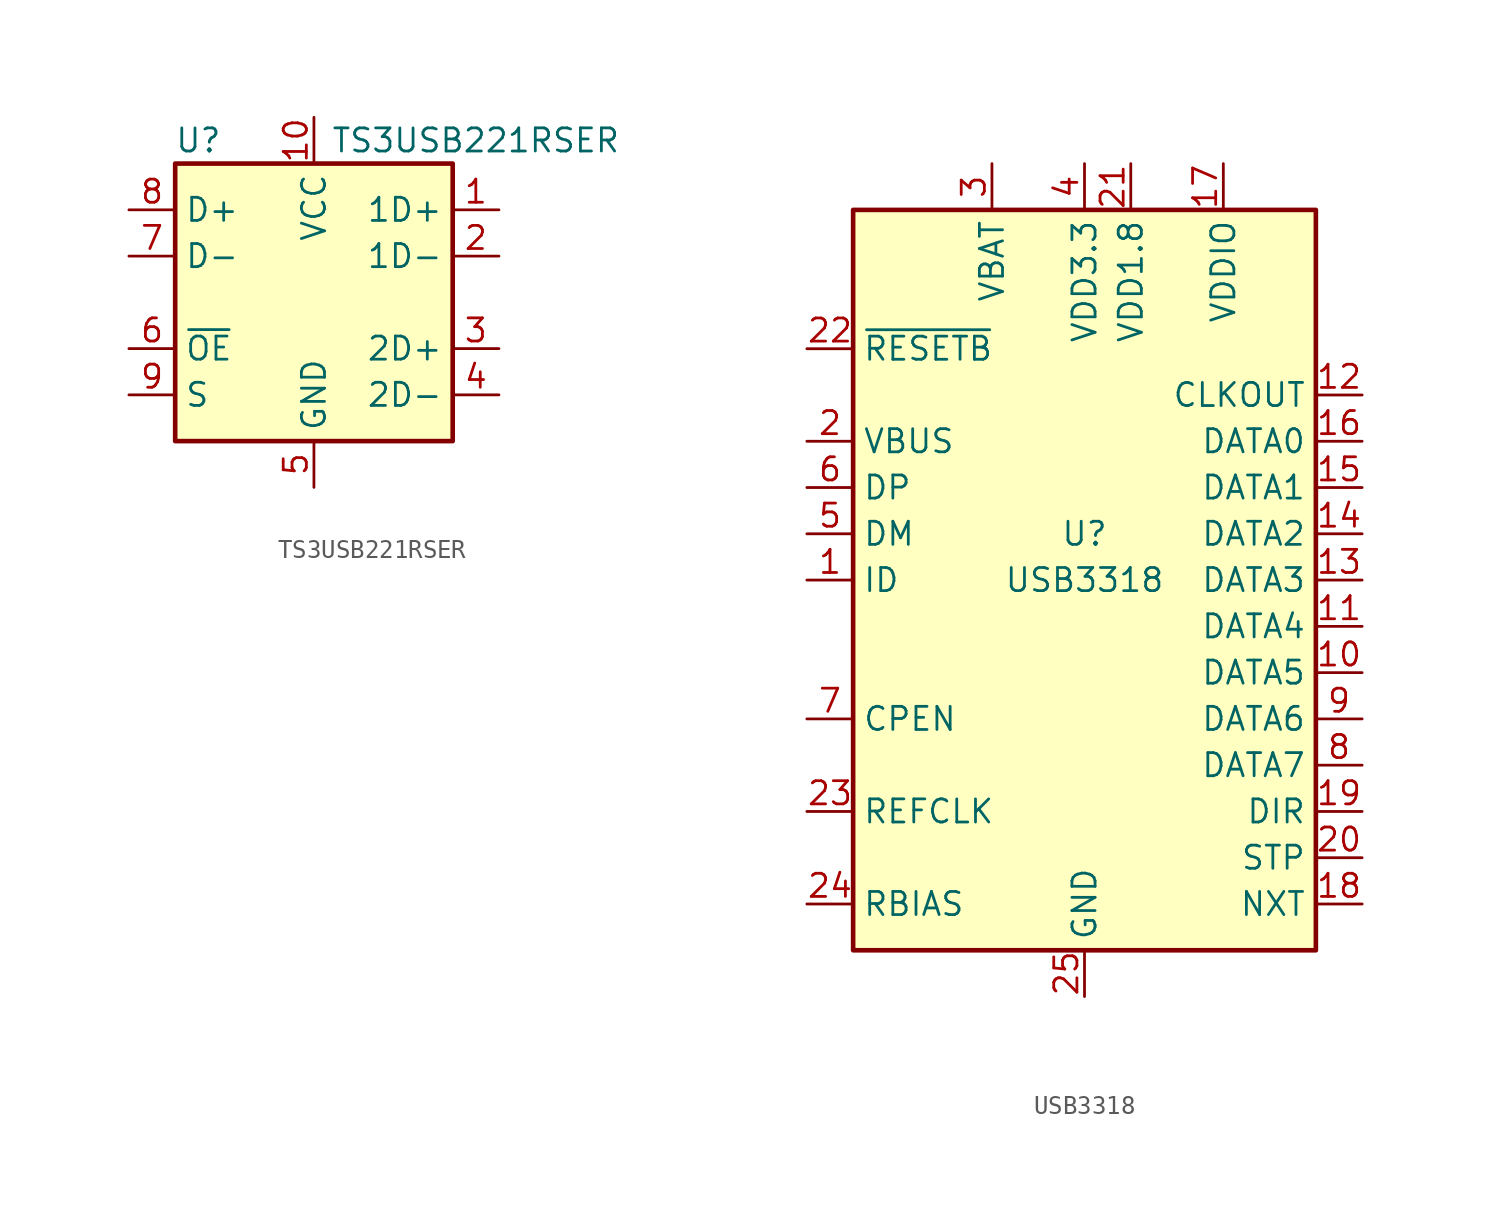
<source format=kicad_sym>
(kicad_symbol_lib
  (version 20211014)
  (generator kicad_symbol_editor)
  (symbol "TS3USB221RSER"
    (property "Reference" "U"
      (at -6.35 8.89 0)
      (effects (font (size 1.27 1.27))))
    (property "Value" "TS3USB221RSER"
      (at 8.89 8.89 0)
      (effects (font (size 1.27 1.27))))
    (symbol "TS3USB221RSER_0_1"
      (rectangle (start 7.62 7.62) (end -7.62 -7.62) (stroke (width 0.254) (type default) (color 0 0 0 0)) (fill (type background))))
    (symbol "TS3USB221RSER_1_1"
      (pin bidirectional line (at 10.16 5.08 180) (length 2.54) (name "1D+" (effects (font (size 1.27 1.27)))) (number "1" (effects (font (size 1.27 1.27)))))
      (pin power_in line (at 0 10.16 270) (length 2.54) (name "VCC" (effects (font (size 1.27 1.27)))) (number "10" (effects (font (size 1.27 1.27)))))
      (pin bidirectional line (at 10.16 2.54 180) (length 2.54) (name "1D-" (effects (font (size 1.27 1.27)))) (number "2" (effects (font (size 1.27 1.27)))))
      (pin bidirectional line (at 10.16 -2.54 180) (length 2.54) (name "2D+" (effects (font (size 1.27 1.27)))) (number "3" (effects (font (size 1.27 1.27)))))
      (pin bidirectional line (at 10.16 -5.08 180) (length 2.54) (name "2D-" (effects (font (size 1.27 1.27)))) (number "4" (effects (font (size 1.27 1.27)))))
      (pin power_in line (at 0 -10.16 90) (length 2.54) (name "GND" (effects (font (size 1.27 1.27)))) (number "5" (effects (font (size 1.27 1.27)))))
      (pin input line (at -10.16 -2.54 0) (length 2.54) (name "~{OE}" (effects (font (size 1.27 1.27)))) (number "6" (effects (font (size 1.27 1.27)))))
      (pin bidirectional line (at -10.16 2.54 0) (length 2.54) (name "D-" (effects (font (size 1.27 1.27)))) (number "7" (effects (font (size 1.27 1.27)))))
      (pin bidirectional line (at -10.16 5.08 0) (length 2.54) (name "D+" (effects (font (size 1.27 1.27)))) (number "8" (effects (font (size 1.27 1.27)))))
      (pin input line (at -10.16 -5.08 0) (length 2.54) (name "S" (effects (font (size 1.27 1.27)))) (number "9" (effects (font (size 1.27 1.27)))))))
  (symbol "USB3318"
    (property "Reference" "U"
      (at 0 2.54 0)
      (effects (font (size 1.27 1.27))))
    (property "Value" "USB3318"
      (at 0 0 0)
      (effects (font (size 1.27 1.27))))
    (symbol "USB3318_0_1"
      (rectangle (start -12.7 20.32) (end 12.7 -20.32) (stroke (width 0.254) (type default) (color 0 0 0 0)) (fill (type background))))
    (symbol "USB3318_1_1"
      (pin input line (at -15.24 0 0) (length 2.54) (name "ID" (effects (font (size 1.27 1.27)))) (number "1" (effects (font (size 1.27 1.27)))))
      (pin bidirectional line (at 15.24 -5.08 180) (length 2.54) (name "DATA5" (effects (font (size 1.27 1.27)))) (number "10" (effects (font (size 1.27 1.27)))))
      (pin bidirectional line (at 15.24 -2.54 180) (length 2.54) (name "DATA4" (effects (font (size 1.27 1.27)))) (number "11" (effects (font (size 1.27 1.27)))))
      (pin output line (at 15.24 10.16 180) (length 2.54) (name "CLKOUT" (effects (font (size 1.27 1.27)))) (number "12" (effects (font (size 1.27 1.27)))))
      (pin bidirectional line (at 15.24 0 180) (length 2.54) (name "DATA3" (effects (font (size 1.27 1.27)))) (number "13" (effects (font (size 1.27 1.27)))))
      (pin bidirectional line (at 15.24 2.54 180) (length 2.54) (name "DATA2" (effects (font (size 1.27 1.27)))) (number "14" (effects (font (size 1.27 1.27)))))
      (pin bidirectional line (at 15.24 5.08 180) (length 2.54) (name "DATA1" (effects (font (size 1.27 1.27)))) (number "15" (effects (font (size 1.27 1.27)))))
      (pin bidirectional line (at 15.24 7.62 180) (length 2.54) (name "DATA0" (effects (font (size 1.27 1.27)))) (number "16" (effects (font (size 1.27 1.27)))))
      (pin power_in line (at 7.62 22.86 270) (length 2.54) (name "VDDIO" (effects (font (size 1.27 1.27)))) (number "17" (effects (font (size 1.27 1.27)))))
      (pin output line (at 15.24 -17.78 180) (length 2.54) (name "NXT" (effects (font (size 1.27 1.27)))) (number "18" (effects (font (size 1.27 1.27)))))
      (pin output line (at 15.24 -12.7 180) (length 2.54) (name "DIR" (effects (font (size 1.27 1.27)))) (number "19" (effects (font (size 1.27 1.27)))))
      (pin input line (at -15.24 7.62 0) (length 2.54) (name "VBUS" (effects (font (size 1.27 1.27)))) (number "2" (effects (font (size 1.27 1.27)))))
      (pin input line (at 15.24 -15.24 180) (length 2.54) (name "STP" (effects (font (size 1.27 1.27)))) (number "20" (effects (font (size 1.27 1.27)))))
      (pin power_in line (at 2.54 22.86 270) (length 2.54) (name "VDD1.8" (effects (font (size 1.27 1.27)))) (number "21" (effects (font (size 1.27 1.27)))))
      (pin input line (at -15.24 12.7 0) (length 2.54) (name "~{RESETB}" (effects (font (size 1.27 1.27)))) (number "22" (effects (font (size 1.27 1.27)))))
      (pin input line (at -15.24 -12.7 0) (length 2.54) (name "REFCLK" (effects (font (size 1.27 1.27)))) (number "23" (effects (font (size 1.27 1.27)))))
      (pin passive line (at -15.24 -17.78 0) (length 2.54) (name "RBIAS" (effects (font (size 1.27 1.27)))) (number "24" (effects (font (size 1.27 1.27)))))
      (pin power_in line (at 0 -22.86 90) (length 2.54) (name "GND" (effects (font (size 1.27 1.27)))) (number "25" (effects (font (size 1.27 1.27)))))
      (pin power_in line (at -5.08 22.86 270) (length 2.54) (name "VBAT" (effects (font (size 1.27 1.27)))) (number "3" (effects (font (size 1.27 1.27)))))
      (pin power_in line (at 0 22.86 270) (length 2.54) (name "VDD3.3" (effects (font (size 1.27 1.27)))) (number "4" (effects (font (size 1.27 1.27)))))
      (pin bidirectional line (at -15.24 2.54 0) (length 2.54) (name "DM" (effects (font (size 1.27 1.27)))) (number "5" (effects (font (size 1.27 1.27)))))
      (pin bidirectional line (at -15.24 5.08 0) (length 2.54) (name "DP" (effects (font (size 1.27 1.27)))) (number "6" (effects (font (size 1.27 1.27)))))
      (pin output line (at -15.24 -7.62 0) (length 2.54) (name "CPEN" (effects (font (size 1.27 1.27)))) (number "7" (effects (font (size 1.27 1.27)))))
      (pin bidirectional line (at 15.24 -10.16 180) (length 2.54) (name "DATA7" (effects (font (size 1.27 1.27)))) (number "8" (effects (font (size 1.27 1.27)))))
      (pin bidirectional line (at 15.24 -7.62 180) (length 2.54) (name "DATA6" (effects (font (size 1.27 1.27)))) (number "9" (effects (font (size 1.27 1.27))))))))
</source>
